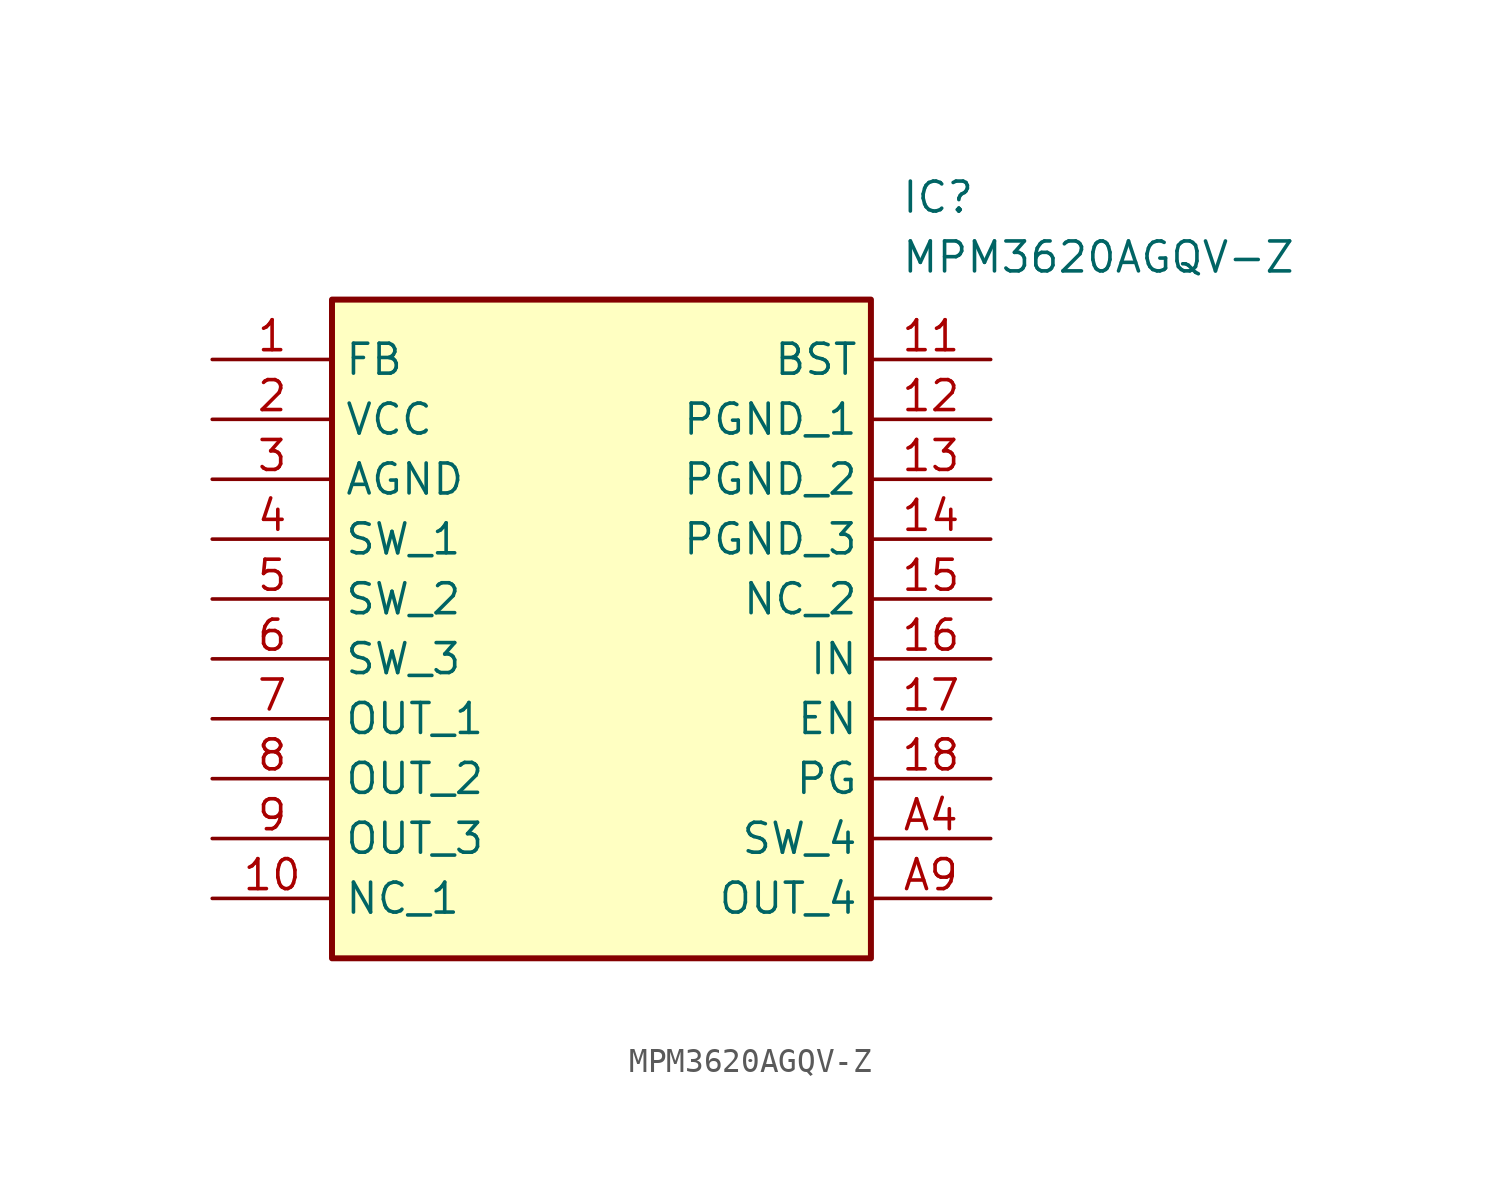
<source format=kicad_sym>
(kicad_symbol_lib
  (version 20211014)
  (generator SamacSys_ECAD_Model)
  (symbol "MPM3620AGQV-Z"
    (property "Reference" "IC"
      (at 29.21 7.62 0)
      (effects (font (size 1.27 1.27)) (justify left top)))
    (property "Value" "MPM3620AGQV-Z"
      (at 29.21 5.08 0)
      (effects (font (size 1.27 1.27)) (justify left top)))
    (rectangle
      (start 5.08 2.54)
      (end 27.94 -25.4)
      (stroke (width 0.254) (type default))
      (fill (type background)))
    (pin passive line
      (at 0 0 0)
      (length 5.08)
      (name "FB" (effects (font (size 1.27 1.27))))
      (number "1" (effects (font (size 1.27 1.27)))))
    (pin passive line
      (at 0 -2.54 0)
      (length 5.08)
      (name "VCC" (effects (font (size 1.27 1.27))))
      (number "2" (effects (font (size 1.27 1.27)))))
    (pin passive line
      (at 0 -5.08 0)
      (length 5.08)
      (name "AGND" (effects (font (size 1.27 1.27))))
      (number "3" (effects (font (size 1.27 1.27)))))
    (pin passive line
      (at 0 -7.62 0)
      (length 5.08)
      (name "SW_1" (effects (font (size 1.27 1.27))))
      (number "4" (effects (font (size 1.27 1.27)))))
    (pin passive line
      (at 0 -10.16 0)
      (length 5.08)
      (name "SW_2" (effects (font (size 1.27 1.27))))
      (number "5" (effects (font (size 1.27 1.27)))))
    (pin passive line
      (at 0 -12.7 0)
      (length 5.08)
      (name "SW_3" (effects (font (size 1.27 1.27))))
      (number "6" (effects (font (size 1.27 1.27)))))
    (pin passive line
      (at 0 -15.24 0)
      (length 5.08)
      (name "OUT_1" (effects (font (size 1.27 1.27))))
      (number "7" (effects (font (size 1.27 1.27)))))
    (pin passive line
      (at 0 -17.78 0)
      (length 5.08)
      (name "OUT_2" (effects (font (size 1.27 1.27))))
      (number "8" (effects (font (size 1.27 1.27)))))
    (pin passive line
      (at 0 -20.32 0)
      (length 5.08)
      (name "OUT_3" (effects (font (size 1.27 1.27))))
      (number "9" (effects (font (size 1.27 1.27)))))
    (pin passive line
      (at 0 -22.86 0)
      (length 5.08)
      (name "NC_1" (effects (font (size 1.27 1.27))))
      (number "10" (effects (font (size 1.27 1.27)))))
    (pin passive line
      (at 33.02 0 180)
      (length 5.08)
      (name "BST" (effects (font (size 1.27 1.27))))
      (number "11" (effects (font (size 1.27 1.27)))))
    (pin passive line
      (at 33.02 -2.54 180)
      (length 5.08)
      (name "PGND_1" (effects (font (size 1.27 1.27))))
      (number "12" (effects (font (size 1.27 1.27)))))
    (pin passive line
      (at 33.02 -5.08 180)
      (length 5.08)
      (name "PGND_2" (effects (font (size 1.27 1.27))))
      (number "13" (effects (font (size 1.27 1.27)))))
    (pin passive line
      (at 33.02 -7.62 180)
      (length 5.08)
      (name "PGND_3" (effects (font (size 1.27 1.27))))
      (number "14" (effects (font (size 1.27 1.27)))))
    (pin passive line
      (at 33.02 -10.16 180)
      (length 5.08)
      (name "NC_2" (effects (font (size 1.27 1.27))))
      (number "15" (effects (font (size 1.27 1.27)))))
    (pin passive line
      (at 33.02 -12.7 180)
      (length 5.08)
      (name "IN" (effects (font (size 1.27 1.27))))
      (number "16" (effects (font (size 1.27 1.27)))))
    (pin passive line
      (at 33.02 -15.24 180)
      (length 5.08)
      (name "EN" (effects (font (size 1.27 1.27))))
      (number "17" (effects (font (size 1.27 1.27)))))
    (pin passive line
      (at 33.02 -17.78 180)
      (length 5.08)
      (name "PG" (effects (font (size 1.27 1.27))))
      (number "18" (effects (font (size 1.27 1.27)))))
    (pin passive line
      (at 33.02 -20.32 180)
      (length 5.08)
      (name "SW_4" (effects (font (size 1.27 1.27))))
      (number "A4" (effects (font (size 1.27 1.27)))))
    (pin passive line
      (at 33.02 -22.86 180)
      (length 5.08)
      (name "OUT_4" (effects (font (size 1.27 1.27))))
      (number "A9" (effects (font (size 1.27 1.27)))))))
</source>
